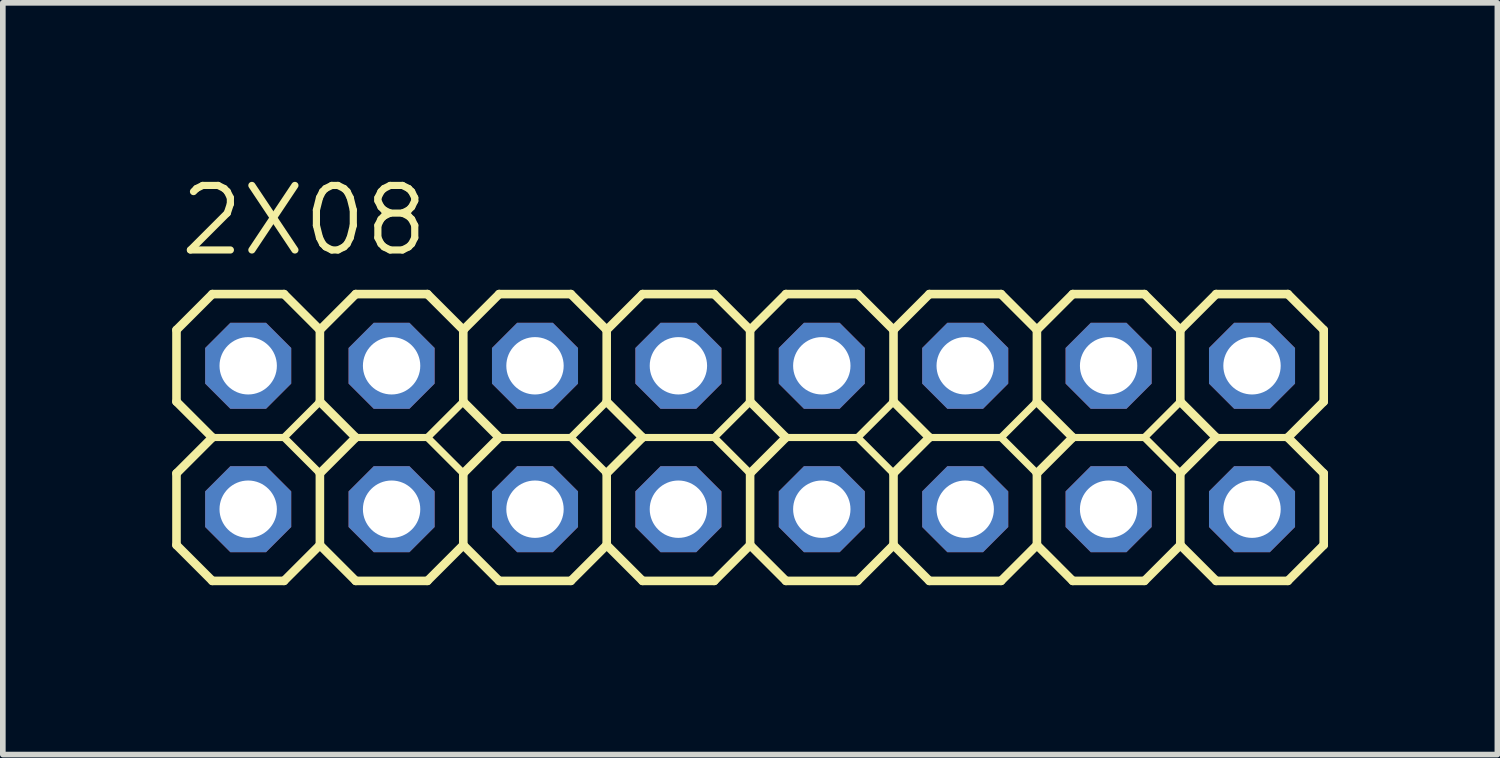
<source format=kicad_pcb>
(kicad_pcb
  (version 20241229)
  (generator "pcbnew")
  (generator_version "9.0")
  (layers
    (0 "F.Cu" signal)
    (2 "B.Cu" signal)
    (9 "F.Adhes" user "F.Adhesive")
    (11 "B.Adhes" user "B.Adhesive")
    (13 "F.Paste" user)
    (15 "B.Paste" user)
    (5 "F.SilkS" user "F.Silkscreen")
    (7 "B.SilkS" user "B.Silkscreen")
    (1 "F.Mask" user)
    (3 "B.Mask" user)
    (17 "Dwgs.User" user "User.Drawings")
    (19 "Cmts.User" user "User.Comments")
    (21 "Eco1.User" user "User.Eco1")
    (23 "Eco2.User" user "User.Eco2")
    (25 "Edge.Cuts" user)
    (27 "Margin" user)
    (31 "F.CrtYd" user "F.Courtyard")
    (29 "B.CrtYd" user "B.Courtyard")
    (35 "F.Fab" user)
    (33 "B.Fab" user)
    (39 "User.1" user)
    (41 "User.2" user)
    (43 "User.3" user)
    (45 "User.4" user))
  (footprint "2X08"
    (layer "F.Cu")
    (at 10.236 4.699)
    (property "Reference" "2X08" (at -10.16 -3.175 0) (unlocked yes) (layer "F.SilkS") (effects (font (size 1.143 1.143) (thickness 0.127)) (justify left bottom)))
    (fp_line (start -10.16 -1.905) (end -9.525 -2.54) (stroke (width 0.152) (type solid)) (layer "F.SilkS"))
    (fp_line (start -10.16 -0.635) (end -10.16 -1.905) (stroke (width 0.152) (type solid)) (layer "F.SilkS"))
    (fp_line (start -10.16 0.635) (end -9.525 0) (stroke (width 0.152) (type solid)) (layer "F.SilkS"))
    (fp_line (start -10.16 1.905) (end -10.16 0.635) (stroke (width 0.152) (type solid)) (layer "F.SilkS"))
    (fp_line (start -10.16 1.905) (end -9.525 2.54) (stroke (width 0.152) (type solid)) (layer "F.SilkS"))
    (fp_line (start -9.525 -2.54) (end -8.255 -2.54) (stroke (width 0.152) (type solid)) (layer "F.SilkS"))
    (fp_line (start -9.525 0) (end -10.16 -0.635) (stroke (width 0.152) (type solid)) (layer "F.SilkS"))
    (fp_line (start -9.525 0) (end -8.255 0) (stroke (width 0.127) (type solid)) (layer "F.SilkS"))
    (fp_line (start -9.525 2.54) (end -8.255 2.54) (stroke (width 0.152) (type solid)) (layer "F.SilkS"))
    (fp_line (start -8.255 -2.54) (end -7.62 -1.905) (stroke (width 0.152) (type solid)) (layer "F.SilkS"))
    (fp_line (start -8.255 0) (end -7.62 0.635) (stroke (width 0.127) (type solid)) (layer "F.SilkS"))
    (fp_line (start -8.255 2.54) (end -7.62 1.905) (stroke (width 0.152) (type solid)) (layer "F.SilkS"))
    (fp_line (start -7.62 -1.905) (end -7.62 -0.635) (stroke (width 0.152) (type solid)) (layer "F.SilkS"))
    (fp_line (start -7.62 -1.905) (end -6.985 -2.54) (stroke (width 0.152) (type solid)) (layer "F.SilkS"))
    (fp_line (start -7.62 -0.635) (end -8.255 0) (stroke (width 0.127) (type solid)) (layer "F.SilkS"))
    (fp_line (start -7.62 -0.635) (end -6.985 0) (stroke (width 0.152) (type solid)) (layer "F.SilkS"))
    (fp_line (start -7.62 0.635) (end -7.62 1.905) (stroke (width 0.152) (type solid)) (layer "F.SilkS"))
    (fp_line (start -7.62 1.905) (end -6.985 2.54) (stroke (width 0.152) (type solid)) (layer "F.SilkS"))
    (fp_line (start -6.985 -2.54) (end -5.715 -2.54) (stroke (width 0.152) (type solid)) (layer "F.SilkS"))
    (fp_line (start -6.985 0) (end -7.62 0.635) (stroke (width 0.152) (type solid)) (layer "F.SilkS"))
    (fp_line (start -6.985 0) (end -5.715 0) (stroke (width 0.127) (type solid)) (layer "F.SilkS"))
    (fp_line (start -6.985 2.54) (end -5.715 2.54) (stroke (width 0.152) (type solid)) (layer "F.SilkS"))
    (fp_line (start -5.715 -2.54) (end -5.08 -1.905) (stroke (width 0.152) (type solid)) (layer "F.SilkS"))
    (fp_line (start -5.715 0) (end -5.08 0.635) (stroke (width 0.127) (type solid)) (layer "F.SilkS"))
    (fp_line (start -5.715 2.54) (end -5.08 1.905) (stroke (width 0.152) (type solid)) (layer "F.SilkS"))
    (fp_line (start -5.08 -1.905) (end -5.08 -0.635) (stroke (width 0.152) (type solid)) (layer "F.SilkS"))
    (fp_line (start -5.08 -1.905) (end -4.445 -2.54) (stroke (width 0.152) (type solid)) (layer "F.SilkS"))
    (fp_line (start -5.08 -0.635) (end -5.715 0) (stroke (width 0.127) (type solid)) (layer "F.SilkS"))
    (fp_line (start -5.08 -0.635) (end -4.445 0) (stroke (width 0.152) (type solid)) (layer "F.SilkS"))
    (fp_line (start -5.08 0.635) (end -5.08 1.905) (stroke (width 0.152) (type solid)) (layer "F.SilkS"))
    (fp_line (start -5.08 1.905) (end -4.445 2.54) (stroke (width 0.152) (type solid)) (layer "F.SilkS"))
    (fp_line (start -4.445 -2.54) (end -3.175 -2.54) (stroke (width 0.152) (type solid)) (layer "F.SilkS"))
    (fp_line (start -4.445 0) (end -5.08 0.635) (stroke (width 0.152) (type solid)) (layer "F.SilkS"))
    (fp_line (start -4.445 0) (end -3.175 0) (stroke (width 0.127) (type solid)) (layer "F.SilkS"))
    (fp_line (start -4.445 2.54) (end -3.175 2.54) (stroke (width 0.152) (type solid)) (layer "F.SilkS"))
    (fp_line (start -3.175 -2.54) (end -2.54 -1.905) (stroke (width 0.152) (type solid)) (layer "F.SilkS"))
    (fp_line (start -3.175 0) (end -2.54 0.635) (stroke (width 0.127) (type solid)) (layer "F.SilkS"))
    (fp_line (start -3.175 2.54) (end -2.54 1.905) (stroke (width 0.152) (type solid)) (layer "F.SilkS"))
    (fp_line (start -2.54 -1.905) (end -2.54 -0.635) (stroke (width 0.152) (type solid)) (layer "F.SilkS"))
    (fp_line (start -2.54 -1.905) (end -1.905 -2.54) (stroke (width 0.152) (type solid)) (layer "F.SilkS"))
    (fp_line (start -2.54 -0.635) (end -3.175 0) (stroke (width 0.127) (type solid)) (layer "F.SilkS"))
    (fp_line (start -2.54 -0.635) (end -1.905 0) (stroke (width 0.152) (type solid)) (layer "F.SilkS"))
    (fp_line (start -2.54 0.635) (end -2.54 1.905) (stroke (width 0.152) (type solid)) (layer "F.SilkS"))
    (fp_line (start -2.54 1.905) (end -1.905 2.54) (stroke (width 0.152) (type solid)) (layer "F.SilkS"))
    (fp_line (start -1.905 -2.54) (end -0.635 -2.54) (stroke (width 0.152) (type solid)) (layer "F.SilkS"))
    (fp_line (start -1.905 0) (end -2.54 0.635) (stroke (width 0.152) (type solid)) (layer "F.SilkS"))
    (fp_line (start -1.905 0) (end -0.635 0) (stroke (width 0.127) (type solid)) (layer "F.SilkS"))
    (fp_line (start -1.905 2.54) (end -0.635 2.54) (stroke (width 0.152) (type solid)) (layer "F.SilkS"))
    (fp_line (start -0.635 -2.54) (end 0 -1.905) (stroke (width 0.152) (type solid)) (layer "F.SilkS"))
    (fp_line (start -0.635 0) (end 0 0.635) (stroke (width 0.127) (type solid)) (layer "F.SilkS"))
    (fp_line (start -0.635 2.54) (end 0 1.905) (stroke (width 0.152) (type solid)) (layer "F.SilkS"))
    (fp_line (start 0 -1.905) (end 0 -0.635) (stroke (width 0.152) (type solid)) (layer "F.SilkS"))
    (fp_line (start 0 -1.905) (end 0.635 -2.54) (stroke (width 0.152) (type solid)) (layer "F.SilkS"))
    (fp_line (start 0 -0.635) (end -0.635 0) (stroke (width 0.127) (type solid)) (layer "F.SilkS"))
    (fp_line (start 0 -0.635) (end 0.635 0) (stroke (width 0.152) (type solid)) (layer "F.SilkS"))
    (fp_line (start 0 0.635) (end 0 1.905) (stroke (width 0.152) (type solid)) (layer "F.SilkS"))
    (fp_line (start 0 1.905) (end 0.635 2.54) (stroke (width 0.152) (type solid)) (layer "F.SilkS"))
    (fp_line (start 0.635 -2.54) (end 1.905 -2.54) (stroke (width 0.152) (type solid)) (layer "F.SilkS"))
    (fp_line (start 0.635 0) (end 0 0.635) (stroke (width 0.152) (type solid)) (layer "F.SilkS"))
    (fp_line (start 0.635 0) (end 1.905 0) (stroke (width 0.127) (type solid)) (layer "F.SilkS"))
    (fp_line (start 0.635 2.54) (end 1.905 2.54) (stroke (width 0.152) (type solid)) (layer "F.SilkS"))
    (fp_line (start 1.905 -2.54) (end 2.54 -1.905) (stroke (width 0.152) (type solid)) (layer "F.SilkS"))
    (fp_line (start 1.905 0) (end 2.54 0.635) (stroke (width 0.127) (type solid)) (layer "F.SilkS"))
    (fp_line (start 1.905 2.54) (end 2.54 1.905) (stroke (width 0.152) (type solid)) (layer "F.SilkS"))
    (fp_line (start 2.54 -1.905) (end 2.54 -0.635) (stroke (width 0.152) (type solid)) (layer "F.SilkS"))
    (fp_line (start 2.54 -1.905) (end 3.175 -2.54) (stroke (width 0.152) (type solid)) (layer "F.SilkS"))
    (fp_line (start 2.54 -0.635) (end 1.905 0) (stroke (width 0.127) (type solid)) (layer "F.SilkS"))
    (fp_line (start 2.54 -0.635) (end 3.175 0) (stroke (width 0.152) (type solid)) (layer "F.SilkS"))
    (fp_line (start 2.54 0.635) (end 2.54 1.905) (stroke (width 0.152) (type solid)) (layer "F.SilkS"))
    (fp_line (start 2.54 1.905) (end 3.175 2.54) (stroke (width 0.152) (type solid)) (layer "F.SilkS"))
    (fp_line (start 3.175 -2.54) (end 4.445 -2.54) (stroke (width 0.152) (type solid)) (layer "F.SilkS"))
    (fp_line (start 3.175 0) (end 2.54 0.635) (stroke (width 0.152) (type solid)) (layer "F.SilkS"))
    (fp_line (start 3.175 0) (end 4.445 0) (stroke (width 0.127) (type solid)) (layer "F.SilkS"))
    (fp_line (start 3.175 2.54) (end 4.445 2.54) (stroke (width 0.152) (type solid)) (layer "F.SilkS"))
    (fp_line (start 4.445 -2.54) (end 5.08 -1.905) (stroke (width 0.152) (type solid)) (layer "F.SilkS"))
    (fp_line (start 4.445 0) (end 5.08 0.635) (stroke (width 0.127) (type solid)) (layer "F.SilkS"))
    (fp_line (start 4.445 2.54) (end 5.08 1.905) (stroke (width 0.152) (type solid)) (layer "F.SilkS"))
    (fp_line (start 5.08 -1.905) (end 5.08 -0.635) (stroke (width 0.152) (type solid)) (layer "F.SilkS"))
    (fp_line (start 5.08 -1.905) (end 5.715 -2.54) (stroke (width 0.152) (type solid)) (layer "F.SilkS"))
    (fp_line (start 5.08 -0.635) (end 4.445 0) (stroke (width 0.127) (type solid)) (layer "F.SilkS"))
    (fp_line (start 5.08 -0.635) (end 5.715 0) (stroke (width 0.152) (type solid)) (layer "F.SilkS"))
    (fp_line (start 5.08 0.635) (end 5.08 1.905) (stroke (width 0.152) (type solid)) (layer "F.SilkS"))
    (fp_line (start 5.08 1.905) (end 5.715 2.54) (stroke (width 0.152) (type solid)) (layer "F.SilkS"))
    (fp_line (start 5.715 -2.54) (end 6.985 -2.54) (stroke (width 0.152) (type solid)) (layer "F.SilkS"))
    (fp_line (start 5.715 0) (end 5.08 0.635) (stroke (width 0.152) (type solid)) (layer "F.SilkS"))
    (fp_line (start 5.715 0) (end 6.985 0) (stroke (width 0.127) (type solid)) (layer "F.SilkS"))
    (fp_line (start 5.715 2.54) (end 6.985 2.54) (stroke (width 0.152) (type solid)) (layer "F.SilkS"))
    (fp_line (start 6.985 -2.54) (end 7.62 -1.905) (stroke (width 0.152) (type solid)) (layer "F.SilkS"))
    (fp_line (start 6.985 0) (end 7.62 0.635) (stroke (width 0.127) (type solid)) (layer "F.SilkS"))
    (fp_line (start 7.62 -1.905) (end 7.62 -0.635) (stroke (width 0.152) (type solid)) (layer "F.SilkS"))
    (fp_line (start 7.62 -1.905) (end 8.255 -2.54) (stroke (width 0.152) (type solid)) (layer "F.SilkS"))
    (fp_line (start 7.62 -0.635) (end 6.985 0) (stroke (width 0.127) (type solid)) (layer "F.SilkS"))
    (fp_line (start 7.62 -0.635) (end 8.255 0) (stroke (width 0.152) (type solid)) (layer "F.SilkS"))
    (fp_line (start 7.62 0.635) (end 7.62 1.905) (stroke (width 0.152) (type solid)) (layer "F.SilkS"))
    (fp_line (start 7.62 1.905) (end 6.985 2.54) (stroke (width 0.152) (type solid)) (layer "F.SilkS"))
    (fp_line (start 7.62 1.905) (end 8.255 2.54) (stroke (width 0.152) (type solid)) (layer "F.SilkS"))
    (fp_line (start 8.255 -2.54) (end 9.525 -2.54) (stroke (width 0.152) (type solid)) (layer "F.SilkS"))
    (fp_line (start 8.255 0) (end 7.62 0.635) (stroke (width 0.152) (type solid)) (layer "F.SilkS"))
    (fp_line (start 8.255 0) (end 9.525 0) (stroke (width 0.127) (type solid)) (layer "F.SilkS"))
    (fp_line (start 8.255 2.54) (end 9.525 2.54) (stroke (width 0.152) (type solid)) (layer "F.SilkS"))
    (fp_line (start 9.525 -2.54) (end 10.16 -1.905) (stroke (width 0.152) (type solid)) (layer "F.SilkS"))
    (fp_line (start 9.525 0) (end 10.16 0.635) (stroke (width 0.152) (type solid)) (layer "F.SilkS"))
    (fp_line (start 10.16 -1.905) (end 10.16 -0.635) (stroke (width 0.152) (type solid)) (layer "F.SilkS"))
    (fp_line (start 10.16 -0.635) (end 9.525 0) (stroke (width 0.152) (type solid)) (layer "F.SilkS"))
    (fp_line (start 10.16 0.635) (end 10.16 1.905) (stroke (width 0.152) (type solid)) (layer "F.SilkS"))
    (fp_line (start 10.16 1.905) (end 9.525 2.54) (stroke (width 0.152) (type solid)) (layer "F.SilkS"))
    (fp_poly (pts (xy -9.144 -1.016) (xy -8.636 -1.016) (xy -8.636 -1.524) (xy -9.144 -1.524)) (stroke (width 0.1) (type default)) (fill no) (layer "F.Fab"))
    (fp_poly (pts (xy -9.144 1.524) (xy -8.636 1.524) (xy -8.636 1.016) (xy -9.144 1.016)) (stroke (width 0.1) (type default)) (fill no) (layer "F.Fab"))
    (fp_poly (pts (xy -6.604 -1.016) (xy -6.096 -1.016) (xy -6.096 -1.524) (xy -6.604 -1.524)) (stroke (width 0.1) (type default)) (fill no) (layer "F.Fab"))
    (fp_poly (pts (xy -6.604 1.524) (xy -6.096 1.524) (xy -6.096 1.016) (xy -6.604 1.016)) (stroke (width 0.1) (type default)) (fill no) (layer "F.Fab"))
    (fp_poly (pts (xy -4.064 -1.016) (xy -3.556 -1.016) (xy -3.556 -1.524) (xy -4.064 -1.524)) (stroke (width 0.1) (type default)) (fill no) (layer "F.Fab"))
    (fp_poly (pts (xy -4.064 1.524) (xy -3.556 1.524) (xy -3.556 1.016) (xy -4.064 1.016)) (stroke (width 0.1) (type default)) (fill no) (layer "F.Fab"))
    (fp_poly (pts (xy -1.524 -1.016) (xy -1.016 -1.016) (xy -1.016 -1.524) (xy -1.524 -1.524)) (stroke (width 0.1) (type default)) (fill no) (layer "F.Fab"))
    (fp_poly (pts (xy -1.524 1.524) (xy -1.016 1.524) (xy -1.016 1.016) (xy -1.524 1.016)) (stroke (width 0.1) (type default)) (fill no) (layer "F.Fab"))
    (fp_poly (pts (xy 1.016 -1.016) (xy 1.524 -1.016) (xy 1.524 -1.524) (xy 1.016 -1.524)) (stroke (width 0.1) (type default)) (fill no) (layer "F.Fab"))
    (fp_poly (pts (xy 1.016 1.524) (xy 1.524 1.524) (xy 1.524 1.016) (xy 1.016 1.016)) (stroke (width 0.1) (type default)) (fill no) (layer "F.Fab"))
    (fp_poly (pts (xy 3.556 -1.016) (xy 4.064 -1.016) (xy 4.064 -1.524) (xy 3.556 -1.524)) (stroke (width 0.1) (type default)) (fill no) (layer "F.Fab"))
    (fp_poly (pts (xy 3.556 1.524) (xy 4.064 1.524) (xy 4.064 1.016) (xy 3.556 1.016)) (stroke (width 0.1) (type default)) (fill no) (layer "F.Fab"))
    (fp_poly (pts (xy 6.096 -1.016) (xy 6.604 -1.016) (xy 6.604 -1.524) (xy 6.096 -1.524)) (stroke (width 0.1) (type default)) (fill no) (layer "F.Fab"))
    (fp_poly (pts (xy 6.096 1.524) (xy 6.604 1.524) (xy 6.604 1.016) (xy 6.096 1.016)) (stroke (width 0.1) (type default)) (fill no) (layer "F.Fab"))
    (fp_poly (pts (xy 8.636 -1.016) (xy 9.144 -1.016) (xy 9.144 -1.524) (xy 8.636 -1.524)) (stroke (width 0.1) (type default)) (fill no) (layer "F.Fab"))
    (fp_poly (pts (xy 8.636 1.524) (xy 9.144 1.524) (xy 9.144 1.016) (xy 8.636 1.016)) (stroke (width 0.1) (type default)) (fill no) (layer "F.Fab"))
    (pad "1" thru_hole roundrect (at -8.89 1.27) (size 1.524 1.524) (drill 1.016) (layers "*.Cu" "*.Mask") (roundrect_rratio 0.25) (chamfer_ratio 0.293) (chamfer top_left top_right bottom_left bottom_right))
    (pad "2" thru_hole roundrect (at -8.89 -1.27) (size 1.524 1.524) (drill 1.016) (layers "*.Cu" "*.Mask") (roundrect_rratio 0.25) (chamfer_ratio 0.293) (chamfer top_left top_right bottom_left bottom_right))
    (pad "3" thru_hole roundrect (at -6.35 1.27) (size 1.524 1.524) (drill 1.016) (layers "*.Cu" "*.Mask") (roundrect_rratio 0.25) (chamfer_ratio 0.293) (chamfer top_left top_right bottom_left bottom_right))
    (pad "4" thru_hole roundrect (at -6.35 -1.27) (size 1.524 1.524) (drill 1.016) (layers "*.Cu" "*.Mask") (roundrect_rratio 0.25) (chamfer_ratio 0.293) (chamfer top_left top_right bottom_left bottom_right))
    (pad "5" thru_hole roundrect (at -3.81 1.27) (size 1.524 1.524) (drill 1.016) (layers "*.Cu" "*.Mask") (roundrect_rratio 0.25) (chamfer_ratio 0.293) (chamfer top_left top_right bottom_left bottom_right))
    (pad "6" thru_hole roundrect (at -3.81 -1.27) (size 1.524 1.524) (drill 1.016) (layers "*.Cu" "*.Mask") (roundrect_rratio 0.25) (chamfer_ratio 0.293) (chamfer top_left top_right bottom_left bottom_right))
    (pad "7" thru_hole roundrect (at -1.27 1.27) (size 1.524 1.524) (drill 1.016) (layers "*.Cu" "*.Mask") (roundrect_rratio 0.25) (chamfer_ratio 0.293) (chamfer top_left top_right bottom_left bottom_right))
    (pad "8" thru_hole roundrect (at -1.27 -1.27) (size 1.524 1.524) (drill 1.016) (layers "*.Cu" "*.Mask") (roundrect_rratio 0.25) (chamfer_ratio 0.293) (chamfer top_left top_right bottom_left bottom_right))
    (pad "9" thru_hole roundrect (at 1.27 1.27) (size 1.524 1.524) (drill 1.016) (layers "*.Cu" "*.Mask") (roundrect_rratio 0.25) (chamfer_ratio 0.293) (chamfer top_left top_right bottom_left bottom_right))
    (pad "10" thru_hole roundrect (at 1.27 -1.27) (size 1.524 1.524) (drill 1.016) (layers "*.Cu" "*.Mask") (roundrect_rratio 0.25) (chamfer_ratio 0.293) (chamfer top_left top_right bottom_left bottom_right))
    (pad "11" thru_hole roundrect (at 3.81 1.27) (size 1.524 1.524) (drill 1.016) (layers "*.Cu" "*.Mask") (roundrect_rratio 0.25) (chamfer_ratio 0.293) (chamfer top_left top_right bottom_left bottom_right))
    (pad "12" thru_hole roundrect (at 3.81 -1.27) (size 1.524 1.524) (drill 1.016) (layers "*.Cu" "*.Mask") (roundrect_rratio 0.25) (chamfer_ratio 0.293) (chamfer top_left top_right bottom_left bottom_right))
    (pad "13" thru_hole roundrect (at 6.35 1.27) (size 1.524 1.524) (drill 1.016) (layers "*.Cu" "*.Mask") (roundrect_rratio 0.25) (chamfer_ratio 0.293) (chamfer top_left top_right bottom_left bottom_right))
    (pad "14" thru_hole roundrect (at 6.35 -1.27) (size 1.524 1.524) (drill 1.016) (layers "*.Cu" "*.Mask") (roundrect_rratio 0.25) (chamfer_ratio 0.293) (chamfer top_left top_right bottom_left bottom_right))
    (pad "15" thru_hole roundrect (at 8.89 1.27) (size 1.524 1.524) (drill 1.016) (layers "*.Cu" "*.Mask") (roundrect_rratio 0.25) (chamfer_ratio 0.293) (chamfer top_left top_right bottom_left bottom_right))
    (pad "16" thru_hole roundrect (at 8.89 -1.27) (size 1.524 1.524) (drill 1.016) (layers "*.Cu" "*.Mask") (roundrect_rratio 0.25) (chamfer_ratio 0.293) (chamfer top_left top_right bottom_left bottom_right)))
  (gr_rect
    (start -3 -3)
    (end 23.472 10.315)
    (stroke (width 0.1) (type default))
    (fill no)
    (layer "Edge.Cuts")))
</source>
